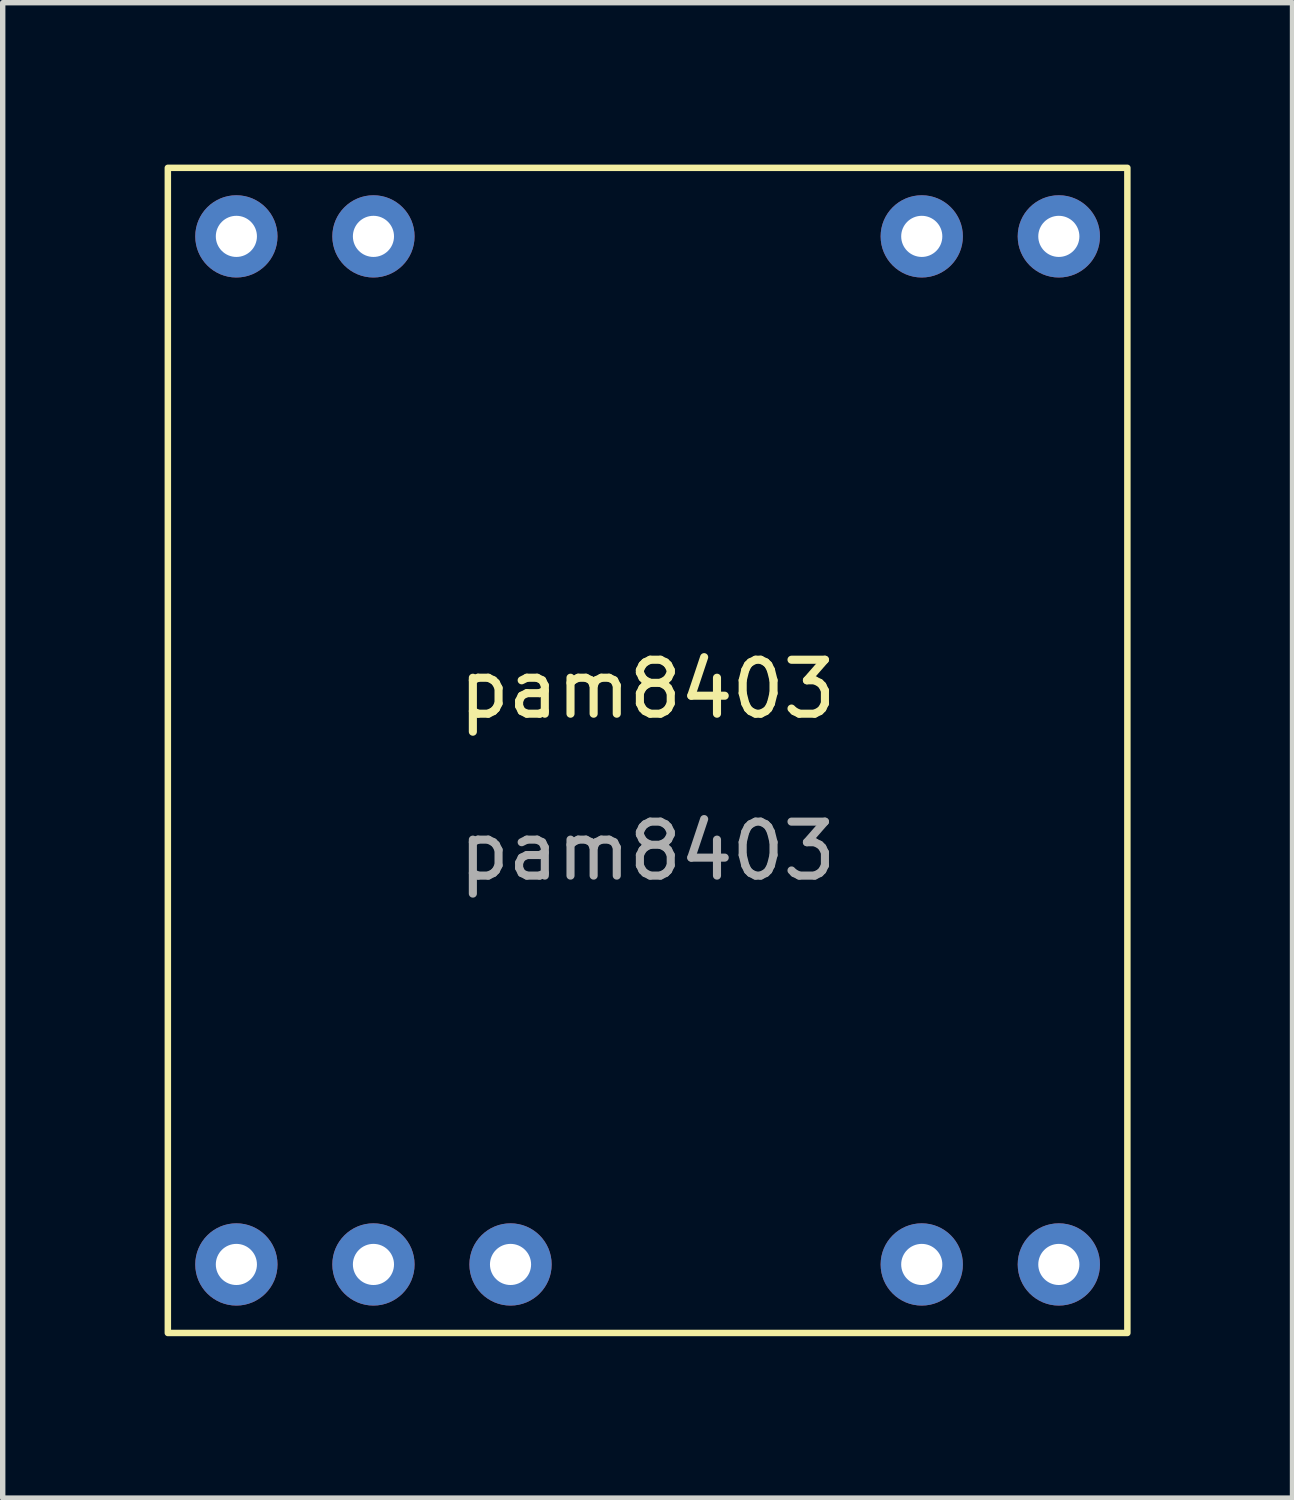
<source format=kicad_pcb>
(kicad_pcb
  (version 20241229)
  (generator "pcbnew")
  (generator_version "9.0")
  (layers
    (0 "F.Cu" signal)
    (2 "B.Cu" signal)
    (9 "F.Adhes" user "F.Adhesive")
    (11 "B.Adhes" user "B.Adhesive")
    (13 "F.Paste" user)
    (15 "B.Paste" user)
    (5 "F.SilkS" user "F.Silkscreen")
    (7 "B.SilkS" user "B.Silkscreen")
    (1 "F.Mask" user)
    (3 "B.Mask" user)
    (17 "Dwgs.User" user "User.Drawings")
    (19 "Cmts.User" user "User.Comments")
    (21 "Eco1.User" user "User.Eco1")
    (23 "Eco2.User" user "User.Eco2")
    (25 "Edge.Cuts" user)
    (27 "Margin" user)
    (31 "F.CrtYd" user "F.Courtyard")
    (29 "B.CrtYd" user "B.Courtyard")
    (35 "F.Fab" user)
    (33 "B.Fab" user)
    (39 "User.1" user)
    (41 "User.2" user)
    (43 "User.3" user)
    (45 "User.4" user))
  (footprint "pam8403"
    (layer "F.Cu")
    (at 8.95 10.22)
    (property "Reference" "pam8403" (at 0 -0.5 0) (unlocked yes) (layer "F.SilkS") (effects (font (size 1 1) (thickness 0.15))))
    (attr through_hole)
    (fp_rect (start -8.89 -10.16) (end 8.89 11.43) (stroke (width 0.12) (type solid)) (fill no) (layer "F.SilkS"))
    (fp_text user "${REFERENCE}" (at 0 2.5 0) (unlocked yes) (layer "F.Fab") (effects (font (size 1 1) (thickness 0.15))))
    (pad "1" thru_hole circle (at -7.62 10.16) (size 1.524 1.524) (drill 0.762) (layers "*.Cu" "*.Mask"))
    (pad "2" thru_hole circle (at -5.08 10.16) (size 1.524 1.524) (drill 0.762) (layers "*.Cu" "*.Mask"))
    (pad "3" thru_hole circle (at -2.54 10.16) (size 1.524 1.524) (drill 0.762) (layers "*.Cu" "*.Mask"))
    (pad "4" thru_hole circle (at 5.08 10.16) (size 1.524 1.524) (drill 0.762) (layers "*.Cu" "*.Mask"))
    (pad "5" thru_hole circle (at 7.62 10.16) (size 1.524 1.524) (drill 0.762) (layers "*.Cu" "*.Mask"))
    (pad "6" thru_hole circle (at 7.62 -8.89) (size 1.524 1.524) (drill 0.762) (layers "*.Cu" "*.Mask"))
    (pad "7" thru_hole circle (at 5.08 -8.89) (size 1.524 1.524) (drill 0.762) (layers "*.Cu" "*.Mask"))
    (pad "8" thru_hole circle (at -5.08 -8.89) (size 1.524 1.524) (drill 0.762) (layers "*.Cu" "*.Mask"))
    (pad "9" thru_hole circle (at -7.62 -8.89) (size 1.524 1.524) (drill 0.762) (layers "*.Cu" "*.Mask")))
  (gr_rect
    (start -3 -3)
    (end 20.9 24.71)
    (stroke (width 0.1) (type default))
    (fill no)
    (layer "Edge.Cuts")))
</source>
